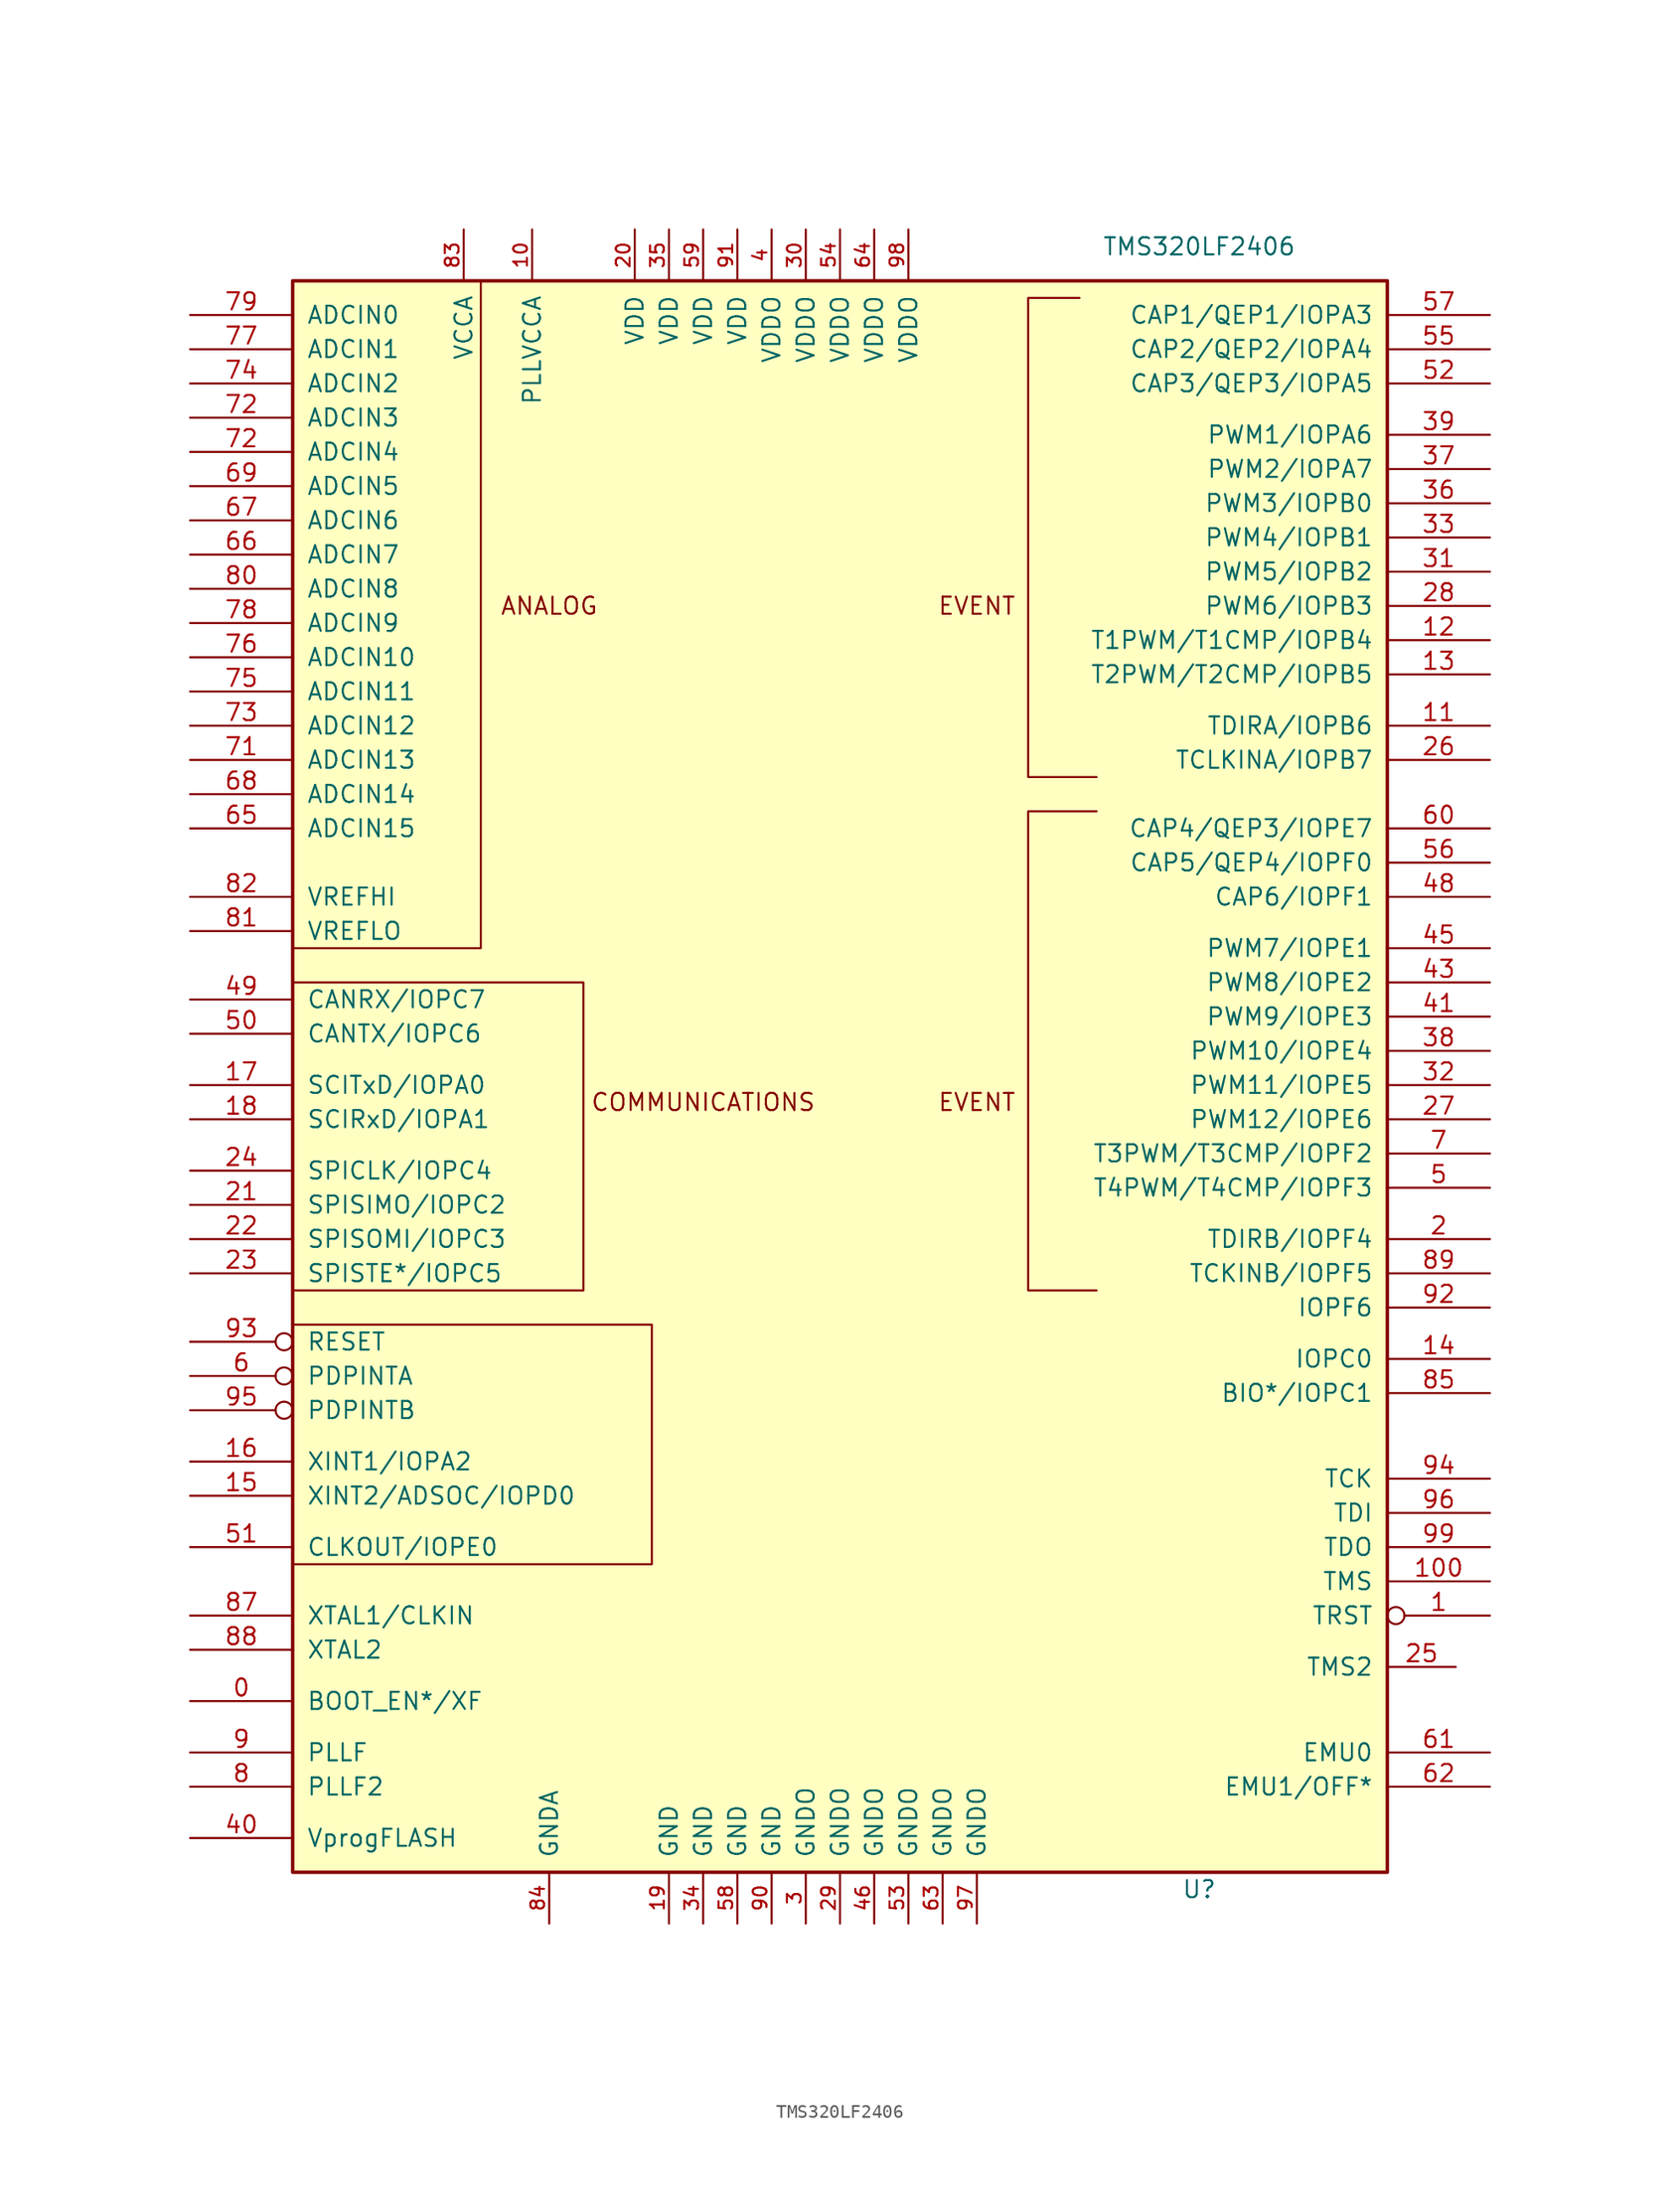
<source format=kicad_sym>
(kicad_symbol_lib
  (version 20231120)
  (generator "kicad_symbol_editor")
  (generator_version "8.0")
  (symbol "TMS320LF2406"
    (pin_names
      (offset 1.016))
    (property "Reference" "U"
      (at 26.67 -60.96 0)
      (effects (font (size 1.27 1.27))))
    (property "Value" "TMS320LF2406"
      (at 26.67 60.96 0)
      (effects (font (size 1.27 1.27))))
    (symbol "TMS320LF2406_0_1"
      (rectangle (start -40.64 58.42) (end 40.64 -59.69) (stroke (width 0.254) (type default)) (fill (type background)))
      (polyline (pts (xy -26.67 58.42) (xy -26.67 8.89) (xy -40.64 8.89)) (stroke (width 0) (type default)) (fill (type none)))
      (polyline (pts (xy -40.64 -19.05) (xy -13.97 -19.05) (xy -13.97 -36.83) (xy -40.64 -36.83)) (stroke (width 0) (type default)) (fill (type none)))
      (polyline (pts (xy -40.64 6.35) (xy -19.05 6.35) (xy -19.05 -16.51) (xy -40.64 -16.51)) (stroke (width 0) (type default)) (fill (type none)))
      (polyline (pts (xy 17.78 57.15) (xy 13.97 57.15) (xy 13.97 21.59) (xy 19.05 21.59)) (stroke (width 0) (type default)) (fill (type none)))
      (polyline (pts (xy 19.05 19.05) (xy 13.97 19.05) (xy 13.97 -16.51) (xy 19.05 -16.51)) (stroke (width 0) (type default)) (fill (type none)))
      (text "ANALOG" (at -21.59 34.29 0) (effects (font (size 1.27 1.27))))
      (text "COMMUNICATIONS" (at -10.16 -2.54 0) (effects (font (size 1.27 1.27))))
      (text "EVENT" (at 10.16 -2.54 0) (effects (font (size 1.27 1.27))))
      (text "EVENT" (at 10.16 34.29 0) (effects (font (size 1.27 1.27))))
      (pin input line (at -48.26 53.34 0) (length 7.62) (name "ADCIN1" (effects (font (size 1.27 1.27)))) (number "77" (effects (font (size 1.27 1.27))))))
    (symbol "TMS320LF2406_1_1"
      (pin input line (at -48.26 -46.99 0) (length 7.62) (name "BOOT_EN*/XF" (effects (font (size 1.27 1.27)))) (number "0" (effects (font (size 1.27 1.27)))))
      (pin input inverted (at 48.26 -40.64 180) (length 7.62) (name "TRST" (effects (font (size 1.27 1.27)))) (number "1" (effects (font (size 1.27 1.27)))))
      (pin power_in line (at -22.86 62.23 270) (length 3.81) (name "PLLVCCA" (effects (font (size 1.27 1.27)))) (number "10" (effects (font (size 1.016 1.016)))))
      (pin input line (at 48.26 -38.1 180) (length 7.62) (name "TMS" (effects (font (size 1.27 1.27)))) (number "100" (effects (font (size 1.27 1.27)))))
      (pin bidirectional line (at 48.26 25.4 180) (length 7.62) (name "TDIRA/IOPB6" (effects (font (size 1.27 1.27)))) (number "11" (effects (font (size 1.27 1.27)))))
      (pin bidirectional line (at 48.26 31.75 180) (length 7.62) (name "T1PWM/T1CMP/IOPB4" (effects (font (size 1.27 1.27)))) (number "12" (effects (font (size 1.27 1.27)))))
      (pin bidirectional line (at 48.26 29.21 180) (length 7.62) (name "T2PWM/T2CMP/IOPB5" (effects (font (size 1.27 1.27)))) (number "13" (effects (font (size 1.27 1.27)))))
      (pin bidirectional line (at 48.26 -21.59 180) (length 7.62) (name "IOPC0" (effects (font (size 1.27 1.27)))) (number "14" (effects (font (size 1.27 1.27)))))
      (pin bidirectional line (at -48.26 -31.75 0) (length 7.62) (name "XINT2/ADSOC/IOPD0" (effects (font (size 1.27 1.27)))) (number "15" (effects (font (size 1.27 1.27)))))
      (pin bidirectional line (at -48.26 -29.21 0) (length 7.62) (name "XINT1/IOPA2" (effects (font (size 1.27 1.27)))) (number "16" (effects (font (size 1.27 1.27)))))
      (pin bidirectional line (at -48.26 -1.27 0) (length 7.62) (name "SCITxD/IOPA0" (effects (font (size 1.27 1.27)))) (number "17" (effects (font (size 1.27 1.27)))))
      (pin bidirectional line (at -48.26 -3.81 0) (length 7.62) (name "SCIRxD/IOPA1" (effects (font (size 1.27 1.27)))) (number "18" (effects (font (size 1.27 1.27)))))
      (pin power_in line (at -12.7 -63.5 90) (length 3.81) (name "GND" (effects (font (size 1.27 1.27)))) (number "19" (effects (font (size 1.016 1.016)))))
      (pin bidirectional line (at 48.26 -12.7 180) (length 7.62) (name "TDIRB/IOPF4" (effects (font (size 1.27 1.27)))) (number "2" (effects (font (size 1.27 1.27)))))
      (pin power_in line (at -15.24 62.23 270) (length 3.81) (name "VDD" (effects (font (size 1.27 1.27)))) (number "20" (effects (font (size 1.016 1.016)))))
      (pin bidirectional line (at -48.26 -10.16 0) (length 7.62) (name "SPISIMO/IOPC2" (effects (font (size 1.27 1.27)))) (number "21" (effects (font (size 1.27 1.27)))))
      (pin bidirectional line (at -48.26 -12.7 0) (length 7.62) (name "SPISOMI/IOPC3" (effects (font (size 1.27 1.27)))) (number "22" (effects (font (size 1.27 1.27)))))
      (pin bidirectional line (at -48.26 -15.24 0) (length 7.62) (name "SPISTE*/IOPC5" (effects (font (size 1.27 1.27)))) (number "23" (effects (font (size 1.27 1.27)))))
      (pin bidirectional line (at -48.26 -7.62 0) (length 7.62) (name "SPICLK/IOPC4" (effects (font (size 1.27 1.27)))) (number "24" (effects (font (size 1.27 1.27)))))
      (pin input line (at 45.72 -44.45 180) (length 5.08) (name "TMS2" (effects (font (size 1.27 1.27)))) (number "25" (effects (font (size 1.27 1.27)))))
      (pin bidirectional line (at 48.26 22.86 180) (length 7.62) (name "TCLKINA/IOPB7" (effects (font (size 1.27 1.27)))) (number "26" (effects (font (size 1.27 1.27)))))
      (pin bidirectional line (at 48.26 -3.81 180) (length 7.62) (name "PWM12/IOPE6" (effects (font (size 1.27 1.27)))) (number "27" (effects (font (size 1.27 1.27)))))
      (pin bidirectional line (at 48.26 34.29 180) (length 7.62) (name "PWM6/IOPB3" (effects (font (size 1.27 1.27)))) (number "28" (effects (font (size 1.27 1.27)))))
      (pin power_in line (at 0 -63.5 90) (length 3.81) (name "GNDO" (effects (font (size 1.27 1.27)))) (number "29" (effects (font (size 1.016 1.016)))))
      (pin power_in line (at -2.54 -63.5 90) (length 3.81) (name "GNDO" (effects (font (size 1.27 1.27)))) (number "3" (effects (font (size 1.016 1.016)))))
      (pin power_in line (at -2.54 62.23 270) (length 3.81) (name "VDDO" (effects (font (size 1.27 1.27)))) (number "30" (effects (font (size 1.016 1.016)))))
      (pin bidirectional line (at 48.26 36.83 180) (length 7.62) (name "PWM5/IOPB2" (effects (font (size 1.27 1.27)))) (number "31" (effects (font (size 1.27 1.27)))))
      (pin bidirectional line (at 48.26 -1.27 180) (length 7.62) (name "PWM11/IOPE5" (effects (font (size 1.27 1.27)))) (number "32" (effects (font (size 1.27 1.27)))))
      (pin bidirectional line (at 48.26 39.37 180) (length 7.62) (name "PWM4/IOPB1" (effects (font (size 1.27 1.27)))) (number "33" (effects (font (size 1.27 1.27)))))
      (pin power_in line (at -10.16 -63.5 90) (length 3.81) (name "GND" (effects (font (size 1.27 1.27)))) (number "34" (effects (font (size 1.016 1.016)))))
      (pin power_in line (at -12.7 62.23 270) (length 3.81) (name "VDD" (effects (font (size 1.27 1.27)))) (number "35" (effects (font (size 1.016 1.016)))))
      (pin bidirectional line (at 48.26 41.91 180) (length 7.62) (name "PWM3/IOPB0" (effects (font (size 1.27 1.27)))) (number "36" (effects (font (size 1.27 1.27)))))
      (pin bidirectional line (at 48.26 44.45 180) (length 7.62) (name "PWM2/IOPA7" (effects (font (size 1.27 1.27)))) (number "37" (effects (font (size 1.27 1.27)))))
      (pin bidirectional line (at 48.26 1.27 180) (length 7.62) (name "PWM10/IOPE4" (effects (font (size 1.27 1.27)))) (number "38" (effects (font (size 1.27 1.27)))))
      (pin bidirectional line (at 48.26 46.99 180) (length 7.62) (name "PWM1/IOPA6" (effects (font (size 1.27 1.27)))) (number "39" (effects (font (size 1.27 1.27)))))
      (pin power_in line (at -5.08 62.23 270) (length 3.81) (name "VDDO" (effects (font (size 1.27 1.27)))) (number "4" (effects (font (size 1.016 1.016)))))
      (pin input line (at -48.26 -57.15 0) (length 7.62) (name "VprogFLASH" (effects (font (size 1.27 1.27)))) (number "40" (effects (font (size 1.27 1.27)))))
      (pin bidirectional line (at 48.26 3.81 180) (length 7.62) (name "PWM9/IOPE3" (effects (font (size 1.27 1.27)))) (number "41" (effects (font (size 1.27 1.27)))))
      (pin bidirectional line (at 48.26 6.35 180) (length 7.62) (name "PWM8/IOPE2" (effects (font (size 1.27 1.27)))) (number "43" (effects (font (size 1.27 1.27)))))
      (pin bidirectional line (at 48.26 8.89 180) (length 7.62) (name "PWM7/IOPE1" (effects (font (size 1.27 1.27)))) (number "45" (effects (font (size 1.27 1.27)))))
      (pin power_in line (at 2.54 -63.5 90) (length 3.81) (name "GNDO" (effects (font (size 1.27 1.27)))) (number "46" (effects (font (size 1.016 1.016)))))
      (pin bidirectional line (at 48.26 12.7 180) (length 7.62) (name "CAP6/IOPF1" (effects (font (size 1.27 1.27)))) (number "48" (effects (font (size 1.27 1.27)))))
      (pin bidirectional line (at -48.26 5.08 0) (length 7.62) (name "CANRX/IOPC7" (effects (font (size 1.27 1.27)))) (number "49" (effects (font (size 1.27 1.27)))))
      (pin bidirectional line (at 48.26 -8.89 180) (length 7.62) (name "T4PWM/T4CMP/IOPF3" (effects (font (size 1.27 1.27)))) (number "5" (effects (font (size 1.27 1.27)))))
      (pin bidirectional line (at -48.26 2.54 0) (length 7.62) (name "CANTX/IOPC6" (effects (font (size 1.27 1.27)))) (number "50" (effects (font (size 1.27 1.27)))))
      (pin bidirectional line (at -48.26 -35.56 0) (length 7.62) (name "CLKOUT/IOPE0" (effects (font (size 1.27 1.27)))) (number "51" (effects (font (size 1.27 1.27)))))
      (pin bidirectional line (at 48.26 50.8 180) (length 7.62) (name "CAP3/QEP3/IOPA5" (effects (font (size 1.27 1.27)))) (number "52" (effects (font (size 1.27 1.27)))))
      (pin power_in line (at 5.08 -63.5 90) (length 3.81) (name "GNDO" (effects (font (size 1.27 1.27)))) (number "53" (effects (font (size 1.016 1.016)))))
      (pin power_in line (at 0 62.23 270) (length 3.81) (name "VDDO" (effects (font (size 1.27 1.27)))) (number "54" (effects (font (size 1.016 1.016)))))
      (pin bidirectional line (at 48.26 53.34 180) (length 7.62) (name "CAP2/QEP2/IOPA4" (effects (font (size 1.27 1.27)))) (number "55" (effects (font (size 1.27 1.27)))))
      (pin bidirectional line (at 48.26 15.24 180) (length 7.62) (name "CAP5/QEP4/IOPF0" (effects (font (size 1.27 1.27)))) (number "56" (effects (font (size 1.27 1.27)))))
      (pin bidirectional line (at 48.26 55.88 180) (length 7.62) (name "CAP1/QEP1/IOPA3" (effects (font (size 1.27 1.27)))) (number "57" (effects (font (size 1.27 1.27)))))
      (pin power_in line (at -7.62 -63.5 90) (length 3.81) (name "GND" (effects (font (size 1.27 1.27)))) (number "58" (effects (font (size 1.016 1.016)))))
      (pin power_in line (at -10.16 62.23 270) (length 3.81) (name "VDD" (effects (font (size 1.27 1.27)))) (number "59" (effects (font (size 1.016 1.016)))))
      (pin input inverted (at -48.26 -22.86 0) (length 7.62) (name "PDPINTA" (effects (font (size 1.27 1.27)))) (number "6" (effects (font (size 1.27 1.27)))))
      (pin bidirectional line (at 48.26 17.78 180) (length 7.62) (name "CAP4/QEP3/IOPE7" (effects (font (size 1.27 1.27)))) (number "60" (effects (font (size 1.27 1.27)))))
      (pin bidirectional line (at 48.26 -50.8 180) (length 7.62) (name "EMU0" (effects (font (size 1.27 1.27)))) (number "61" (effects (font (size 1.27 1.27)))))
      (pin bidirectional line (at 48.26 -53.34 180) (length 7.62) (name "EMU1/OFF*" (effects (font (size 1.27 1.27)))) (number "62" (effects (font (size 1.27 1.27)))))
      (pin power_in line (at 7.62 -63.5 90) (length 3.81) (name "GNDO" (effects (font (size 1.27 1.27)))) (number "63" (effects (font (size 1.016 1.016)))))
      (pin power_in line (at 2.54 62.23 270) (length 3.81) (name "VDDO" (effects (font (size 1.27 1.27)))) (number "64" (effects (font (size 1.016 1.016)))))
      (pin input line (at -48.26 17.78 0) (length 7.62) (name "ADCIN15" (effects (font (size 1.27 1.27)))) (number "65" (effects (font (size 1.27 1.27)))))
      (pin input line (at -48.26 38.1 0) (length 7.62) (name "ADCIN7" (effects (font (size 1.27 1.27)))) (number "66" (effects (font (size 1.27 1.27)))))
      (pin input line (at -48.26 40.64 0) (length 7.62) (name "ADCIN6" (effects (font (size 1.27 1.27)))) (number "67" (effects (font (size 1.27 1.27)))))
      (pin input line (at -48.26 20.32 0) (length 7.62) (name "ADCIN14" (effects (font (size 1.27 1.27)))) (number "68" (effects (font (size 1.27 1.27)))))
      (pin input line (at -48.26 43.18 0) (length 7.62) (name "ADCIN5" (effects (font (size 1.27 1.27)))) (number "69" (effects (font (size 1.27 1.27)))))
      (pin bidirectional line (at 48.26 -6.35 180) (length 7.62) (name "T3PWM/T3CMP/IOPF2" (effects (font (size 1.27 1.27)))) (number "7" (effects (font (size 1.27 1.27)))))
      (pin input line (at -48.26 22.86 0) (length 7.62) (name "ADCIN13" (effects (font (size 1.27 1.27)))) (number "71" (effects (font (size 1.27 1.27)))))
      (pin input line (at -48.26 48.26 0) (length 7.62) (name "ADCIN3" (effects (font (size 1.27 1.27)))) (number "72" (effects (font (size 1.27 1.27)))))
      (pin input line (at -48.26 45.72 0) (length 7.62) (name "ADCIN4" (effects (font (size 1.27 1.27)))) (number "72" (effects (font (size 1.27 1.27)))))
      (pin input line (at -48.26 25.4 0) (length 7.62) (name "ADCIN12" (effects (font (size 1.27 1.27)))) (number "73" (effects (font (size 1.27 1.27)))))
      (pin input line (at -48.26 50.8 0) (length 7.62) (name "ADCIN2" (effects (font (size 1.27 1.27)))) (number "74" (effects (font (size 1.27 1.27)))))
      (pin input line (at -48.26 27.94 0) (length 7.62) (name "ADCIN11" (effects (font (size 1.27 1.27)))) (number "75" (effects (font (size 1.27 1.27)))))
      (pin input line (at -48.26 30.48 0) (length 7.62) (name "ADCIN10" (effects (font (size 1.27 1.27)))) (number "76" (effects (font (size 1.27 1.27)))))
      (pin input line (at -48.26 33.02 0) (length 7.62) (name "ADCIN9" (effects (font (size 1.27 1.27)))) (number "78" (effects (font (size 1.27 1.27)))))
      (pin input line (at -48.26 55.88 0) (length 7.62) (name "ADCIN0" (effects (font (size 1.27 1.27)))) (number "79" (effects (font (size 1.27 1.27)))))
      (pin input line (at -48.26 -53.34 0) (length 7.62) (name "PLLF2" (effects (font (size 1.27 1.27)))) (number "8" (effects (font (size 1.27 1.27)))))
      (pin input line (at -48.26 35.56 0) (length 7.62) (name "ADCIN8" (effects (font (size 1.27 1.27)))) (number "80" (effects (font (size 1.27 1.27)))))
      (pin input line (at -48.26 10.16 0) (length 7.62) (name "VREFLO" (effects (font (size 1.27 1.27)))) (number "81" (effects (font (size 1.27 1.27)))))
      (pin input line (at -48.26 12.7 0) (length 7.62) (name "VREFHI" (effects (font (size 1.27 1.27)))) (number "82" (effects (font (size 1.27 1.27)))))
      (pin power_in line (at -27.94 62.23 270) (length 3.81) (name "VCCA" (effects (font (size 1.27 1.27)))) (number "83" (effects (font (size 1.016 1.016)))))
      (pin power_in line (at -21.59 -63.5 90) (length 3.81) (name "GNDA" (effects (font (size 1.27 1.27)))) (number "84" (effects (font (size 1.016 1.016)))))
      (pin bidirectional line (at 48.26 -24.13 180) (length 7.62) (name "BIO*/IOPC1" (effects (font (size 1.27 1.27)))) (number "85" (effects (font (size 1.27 1.27)))))
      (pin input line (at -48.26 -40.64 0) (length 7.62) (name "XTAL1/CLKIN" (effects (font (size 1.27 1.27)))) (number "87" (effects (font (size 1.27 1.27)))))
      (pin output line (at -48.26 -43.18 0) (length 7.62) (name "XTAL2" (effects (font (size 1.27 1.27)))) (number "88" (effects (font (size 1.27 1.27)))))
      (pin bidirectional line (at 48.26 -15.24 180) (length 7.62) (name "TCKINB/IOPF5" (effects (font (size 1.27 1.27)))) (number "89" (effects (font (size 1.27 1.27)))))
      (pin input line (at -48.26 -50.8 0) (length 7.62) (name "PLLF" (effects (font (size 1.27 1.27)))) (number "9" (effects (font (size 1.27 1.27)))))
      (pin power_in line (at -5.08 -63.5 90) (length 3.81) (name "GND" (effects (font (size 1.27 1.27)))) (number "90" (effects (font (size 1.016 1.016)))))
      (pin power_in line (at -7.62 62.23 270) (length 3.81) (name "VDD" (effects (font (size 1.27 1.27)))) (number "91" (effects (font (size 1.016 1.016)))))
      (pin bidirectional line (at 48.26 -17.78 180) (length 7.62) (name "IOPF6" (effects (font (size 1.27 1.27)))) (number "92" (effects (font (size 1.27 1.27)))))
      (pin input inverted (at -48.26 -20.32 0) (length 7.62) (name "RESET" (effects (font (size 1.27 1.27)))) (number "93" (effects (font (size 1.27 1.27)))))
      (pin bidirectional line (at 48.26 -30.48 180) (length 7.62) (name "TCK" (effects (font (size 1.27 1.27)))) (number "94" (effects (font (size 1.27 1.27)))))
      (pin input inverted (at -48.26 -25.4 0) (length 7.62) (name "PDPINTB" (effects (font (size 1.27 1.27)))) (number "95" (effects (font (size 1.27 1.27)))))
      (pin input line (at 48.26 -33.02 180) (length 7.62) (name "TDI" (effects (font (size 1.27 1.27)))) (number "96" (effects (font (size 1.27 1.27)))))
      (pin power_in line (at 10.16 -63.5 90) (length 3.81) (name "GNDO" (effects (font (size 1.27 1.27)))) (number "97" (effects (font (size 1.016 1.016)))))
      (pin power_in line (at 5.08 62.23 270) (length 3.81) (name "VDDO" (effects (font (size 1.27 1.27)))) (number "98" (effects (font (size 1.016 1.016)))))
      (pin output line (at 48.26 -35.56 180) (length 7.62) (name "TDO" (effects (font (size 1.27 1.27)))) (number "99" (effects (font (size 1.27 1.27))))))))
</source>
